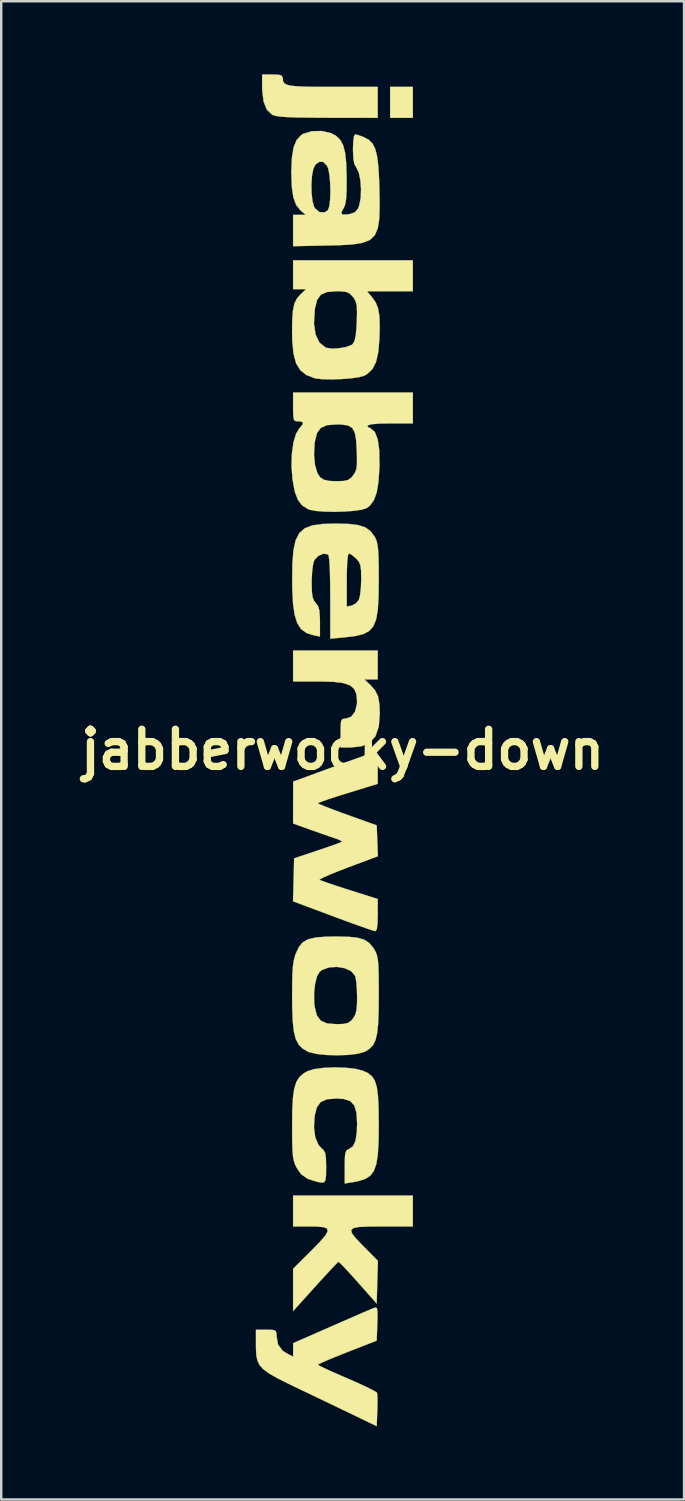
<source format=kicad_pcb>
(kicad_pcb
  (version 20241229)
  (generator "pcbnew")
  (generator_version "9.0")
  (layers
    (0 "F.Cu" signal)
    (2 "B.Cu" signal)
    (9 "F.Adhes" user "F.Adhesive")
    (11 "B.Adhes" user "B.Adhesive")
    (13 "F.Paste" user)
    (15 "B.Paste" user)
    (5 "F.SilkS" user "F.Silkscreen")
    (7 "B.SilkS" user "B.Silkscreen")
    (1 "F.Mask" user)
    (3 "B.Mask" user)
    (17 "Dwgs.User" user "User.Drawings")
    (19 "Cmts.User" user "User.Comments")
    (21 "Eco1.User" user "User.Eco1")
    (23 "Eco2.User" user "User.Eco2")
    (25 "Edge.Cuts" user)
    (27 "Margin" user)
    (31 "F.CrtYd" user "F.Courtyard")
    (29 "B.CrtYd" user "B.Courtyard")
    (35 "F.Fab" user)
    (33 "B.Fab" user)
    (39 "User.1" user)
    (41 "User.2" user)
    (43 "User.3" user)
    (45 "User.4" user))
  (footprint "jabberwocky-down"
    (layer "F.Cu")
    (at 11.002 27.691)
    (property "Reference" "jabberwocky-down" (at 0 0 0) (layer "F.SilkS") (effects (font (size 1.524 1.524) (thickness 0.3))))
    (attr through_hole)
    (fp_poly (pts (xy 2.879 -25.908) (xy 1.947 -25.908) (xy 1.947 -27.178) (xy 2.879 -27.178) (xy 2.879 -25.908)) (stroke (width 0.01) (type solid)) (fill yes) (layer "F.SilkS"))
    (fp_poly (pts (xy -2.622 -27.676) (xy -2.494 -27.636) (xy -2.456 -27.551) (xy -2.455 -27.534) (xy -2.446 -27.422) (xy -2.403 -27.337) (xy -2.308 -27.274) (xy -2.14 -27.23) (xy -1.881 -27.202) (xy -1.51 -27.186) (xy -1.008 -27.179) (xy -0.406 -27.178) (xy 1.439 -27.178) (xy 1.439 -25.908) (xy -0.614 -25.911) (xy -1.297 -25.915) (xy -1.831 -25.922) (xy -2.235 -25.936) (xy -2.527 -25.956) (xy -2.729 -25.984) (xy -2.859 -26.021) (xy -2.891 -26.036) (xy -3.107 -26.239) (xy -3.242 -26.571) (xy -3.299 -27.043) (xy -3.302 -27.191) (xy -3.302 -27.686) (xy -2.879 -27.686) (xy -2.622 -27.676)) (stroke (width 0.01) (type solid)) (fill yes) (layer "F.SilkS"))
    (fp_poly (pts (xy 1.439 -2.879) (xy 0.891 -2.879) (xy 1.128 -2.659) (xy 1.329 -2.434) (xy 1.451 -2.182) (xy 1.51 -1.856) (xy 1.524 -1.473) (xy 1.482 -0.944) (xy 1.349 -0.551) (xy 1.115 -0.285) (xy 0.771 -0.133) (xy 0.305 -0.085) (xy 0.299 -0.085) (xy -0.085 -0.085) (xy -0.085 -0.677) (xy -0.081 -0.987) (xy -0.063 -1.164) (xy -0.017 -1.246) (xy 0.07 -1.269) (xy 0.122 -1.27) (xy 0.348 -1.347) (xy 0.508 -1.557) (xy 0.586 -1.873) (xy 0.59 -1.987) (xy 0.563 -2.274) (xy 0.474 -2.486) (xy 0.303 -2.634) (xy 0.029 -2.727) (xy -0.369 -2.777) (xy -0.912 -2.794) (xy -1.01 -2.794) (xy -2.032 -2.794) (xy -2.032 -4.064) (xy 1.439 -4.064) (xy 1.439 -2.879)) (stroke (width 0.01) (type solid)) (fill yes) (layer "F.SilkS"))
    (fp_poly (pts (xy 2.879 19.558) (xy 1.609 19.558) (xy 1.066 19.561) (xy 0.682 19.578) (xy 0.447 19.622) (xy 0.35 19.704) (xy 0.382 19.837) (xy 0.531 20.032) (xy 0.789 20.303) (xy 0.892 20.408) (xy 1.446 20.966) (xy 1.421 21.843) (xy 1.397 22.72) (xy 0.635 21.86) (xy 0.354 21.546) (xy 0.113 21.285) (xy -0.066 21.098) (xy -0.161 21.01) (xy -0.169 21.006) (xy -0.237 21.068) (xy -0.398 21.234) (xy -0.632 21.484) (xy -0.919 21.797) (xy -1.122 22.021) (xy -2.032 23.03) (xy -2.032 21.29) (xy -1.312 20.574) (xy -0.955 20.21) (xy -0.723 19.945) (xy -0.616 19.763) (xy -0.635 19.648) (xy -0.779 19.586) (xy -1.048 19.562) (xy -1.312 19.558) (xy -2.032 19.558) (xy -2.032 18.288) (xy 2.879 18.288) (xy 2.879 19.558)) (stroke (width 0.01) (type solid)) (fill yes) (layer "F.SilkS"))
    (fp_poly (pts (xy 1.412 22.928) (xy 1.43 23.065) (xy 1.429 23.324) (xy 1.422 23.539) (xy 1.397 24.239) (xy 0.191 24.711) (xy -0.226 24.876) (xy -0.58 25.022) (xy -0.845 25.138) (xy -0.993 25.21) (xy -1.015 25.227) (xy -0.94 25.275) (xy -0.737 25.374) (xy -0.431 25.515) (xy -0.048 25.683) (xy 0.18 25.781) (xy 0.596 25.963) (xy 0.954 26.128) (xy 1.226 26.263) (xy 1.383 26.355) (xy 1.411 26.381) (xy 1.425 26.506) (xy 1.43 26.75) (xy 1.424 27.064) (xy 1.422 27.111) (xy 1.397 27.749) (xy 0.72 27.421) (xy 0.434 27.283) (xy 0.03 27.089) (xy -0.455 26.856) (xy -0.988 26.601) (xy -1.531 26.341) (xy -1.632 26.293) (xy -2.223 26.009) (xy -2.679 25.78) (xy -3.017 25.587) (xy -3.254 25.413) (xy -3.409 25.24) (xy -3.499 25.051) (xy -3.542 24.826) (xy -3.555 24.549) (xy -3.556 24.344) (xy -3.556 23.791) (xy -3.133 23.791) (xy -2.882 23.797) (xy -2.757 23.831) (xy -2.714 23.92) (xy -2.709 24.051) (xy -2.65 24.4) (xy -2.46 24.652) (xy -2.283 24.766) (xy -2.032 24.896) (xy -2.028 24.342) (xy -0.442 23.646) (xy 0.046 23.432) (xy 0.489 23.239) (xy 0.86 23.078) (xy 1.133 22.961) (xy 1.282 22.899) (xy 1.295 22.894) (xy 1.369 22.881) (xy 1.412 22.928)) (stroke (width 0.01) (type solid)) (fill yes) (layer "F.SilkS"))
    (fp_poly (pts (xy 1.384 0.123) (xy 1.42 0.244) (xy 1.437 0.49) (xy 1.439 0.738) (xy 1.439 1.404) (xy 0.212 1.781) (xy -0.213 1.915) (xy -0.574 2.033) (xy -0.844 2.127) (xy -0.993 2.187) (xy -1.015 2.201) (xy -0.939 2.243) (xy -0.732 2.33) (xy -0.419 2.451) (xy -0.03 2.595) (xy 0.191 2.675) (xy 1.397 3.107) (xy 1.446 4.374) (xy 0.22 4.833) (xy -0.196 4.993) (xy -0.544 5.135) (xy -0.798 5.248) (xy -0.933 5.322) (xy -0.947 5.341) (xy -0.85 5.383) (xy -0.621 5.465) (xy -0.291 5.576) (xy 0.109 5.706) (xy 0.275 5.759) (xy 1.439 6.127) (xy 1.439 6.789) (xy 1.43 7.151) (xy 1.401 7.364) (xy 1.348 7.444) (xy 1.333 7.446) (xy 1.225 7.416) (xy 0.984 7.335) (xy 0.635 7.213) (xy 0.204 7.057) (xy -0.283 6.877) (xy -0.404 6.832) (xy -2.035 6.223) (xy -2.012 5.341) (xy -1.99 4.46) (xy -1.025 4.137) (xy -0.648 4.009) (xy -0.334 3.899) (xy -0.116 3.818) (xy -0.025 3.778) (xy -0.025 3.778) (xy -0.073 3.733) (xy -0.237 3.663) (xy -0.312 3.638) (xy -0.545 3.559) (xy -0.875 3.445) (xy -1.24 3.316) (xy -1.333 3.283) (xy -2.032 3.032) (xy -2.03 1.312) (xy -0.411 0.72) (xy 0.086 0.538) (xy 0.533 0.377) (xy 0.904 0.244) (xy 1.172 0.15) (xy 1.313 0.103) (xy 1.324 0.1) (xy 1.384 0.123)) (stroke (width 0.01) (type solid)) (fill yes) (layer "F.SilkS"))
    (fp_poly (pts (xy 2.879 -18.796) (xy 1.001 -18.796) (xy 1.217 -18.54) (xy 1.358 -18.335) (xy 1.452 -18.098) (xy 1.505 -17.793) (xy 1.522 -17.387) (xy 1.51 -16.866) (xy 1.464 -16.311) (xy 1.37 -15.896) (xy 1.219 -15.599) (xy 1 -15.395) (xy 0.889 -15.333) (xy 0.678 -15.273) (xy 0.35 -15.226) (xy -0.043 -15.195) (xy -0.451 -15.181) (xy -0.82 -15.188) (xy -1.099 -15.219) (xy -1.143 -15.229) (xy -1.482 -15.357) (xy -1.734 -15.555) (xy -1.909 -15.841) (xy -2.016 -16.239) (xy -2.067 -16.767) (xy -2.074 -17.145) (xy -2.069 -17.48) (xy -1.176 -17.48) (xy -1.111 -17.025) (xy -0.95 -16.691) (xy -0.697 -16.489) (xy -0.677 -16.481) (xy -0.461 -16.445) (xy -0.172 -16.456) (xy 0.12 -16.506) (xy 0.345 -16.584) (xy 0.408 -16.628) (xy 0.484 -16.75) (xy 0.534 -16.96) (xy 0.566 -17.288) (xy 0.579 -17.55) (xy 0.589 -17.93) (xy 0.58 -18.185) (xy 0.545 -18.357) (xy 0.479 -18.489) (xy 0.425 -18.563) (xy 0.3 -18.696) (xy 0.158 -18.766) (xy -0.059 -18.793) (xy -0.26 -18.796) (xy -0.642 -18.765) (xy -0.894 -18.655) (xy -1.048 -18.438) (xy -1.135 -18.087) (xy -1.142 -18.043) (xy -1.176 -17.48) (xy -2.069 -17.48) (xy -2.066 -17.65) (xy -2.037 -18.02) (xy -1.979 -18.288) (xy -1.884 -18.487) (xy -1.745 -18.653) (xy -1.72 -18.676) (xy -1.499 -18.881) (xy -2.032 -18.881) (xy -2.032 -20.066) (xy 2.879 -20.066) (xy 2.879 -18.796)) (stroke (width 0.01) (type solid)) (fill yes) (layer "F.SilkS"))
    (fp_poly (pts (xy 0.119 13.046) (xy 0.527 13.092) (xy 0.836 13.171) (xy 0.838 13.172) (xy 1.046 13.272) (xy 1.205 13.4) (xy 1.32 13.577) (xy 1.399 13.828) (xy 1.447 14.174) (xy 1.473 14.638) (xy 1.481 15.243) (xy 1.482 15.409) (xy 1.474 16.08) (xy 1.443 16.602) (xy 1.382 16.996) (xy 1.28 17.282) (xy 1.128 17.482) (xy 0.918 17.614) (xy 0.64 17.7) (xy 0.445 17.737) (xy 0.085 17.795) (xy 0.085 17.116) (xy 0.089 16.774) (xy 0.107 16.565) (xy 0.149 16.451) (xy 0.222 16.395) (xy 0.259 16.381) (xy 0.421 16.27) (xy 0.527 16.044) (xy 0.581 15.686) (xy 0.593 15.331) (xy 0.567 14.892) (xy 0.478 14.594) (xy 0.306 14.413) (xy 0.031 14.326) (xy -0.26 14.309) (xy -0.646 14.342) (xy -0.903 14.456) (xy -1.06 14.677) (xy -1.147 15.022) (xy -1.176 15.492) (xy -1.123 15.899) (xy -0.994 16.207) (xy -0.884 16.329) (xy -0.778 16.43) (xy -0.715 16.552) (xy -0.686 16.742) (xy -0.678 17.046) (xy -0.677 17.136) (xy -0.681 17.469) (xy -0.705 17.663) (xy -0.769 17.749) (xy -0.892 17.756) (xy -1.058 17.723) (xy -1.442 17.6) (xy -1.707 17.411) (xy -1.886 17.154) (xy -1.955 17.01) (xy -2.004 16.858) (xy -2.038 16.668) (xy -2.058 16.41) (xy -2.068 16.052) (xy -2.072 15.564) (xy -2.072 15.409) (xy -2.065 14.77) (xy -2.038 14.275) (xy -1.985 13.903) (xy -1.898 13.628) (xy -1.77 13.427) (xy -1.596 13.276) (xy -1.439 13.187) (xy -1.167 13.104) (xy -0.781 13.052) (xy -0.335 13.033) (xy 0.119 13.046)) (stroke (width 0.01) (type solid)) (fill yes) (layer "F.SilkS"))
    (fp_poly (pts (xy 2.879 -13.377) (xy 1.947 -13.377) (xy 1.482 -13.368) (xy 1.173 -13.34) (xy 1.023 -13.293) (xy 1.037 -13.23) (xy 1.147 -13.176) (xy 1.321 -13.025) (xy 1.439 -12.725) (xy 1.502 -12.272) (xy 1.511 -11.663) (xy 1.508 -11.56) (xy 1.47 -10.982) (xy 1.398 -10.546) (xy 1.283 -10.229) (xy 1.119 -10.006) (xy 0.995 -9.908) (xy 0.805 -9.842) (xy 0.491 -9.794) (xy 0.098 -9.763) (xy -0.329 -9.751) (xy -0.744 -9.759) (xy -1.104 -9.787) (xy -1.363 -9.837) (xy -1.412 -9.856) (xy -1.659 -10.012) (xy -1.837 -10.243) (xy -1.963 -10.578) (xy -2.051 -11.048) (xy -2.057 -11.092) (xy -2.098 -11.62) (xy -2.084 -12.098) (xy -1.173 -12.098) (xy -1.134 -11.676) (xy -1.037 -11.342) (xy -0.925 -11.17) (xy -0.773 -11.068) (xy -0.546 -11.018) (xy -0.26 -11.007) (xy 0.034 -11.016) (xy 0.217 -11.056) (xy 0.345 -11.147) (xy 0.425 -11.239) (xy 0.512 -11.369) (xy 0.564 -11.513) (xy 0.586 -11.715) (xy 0.586 -12.018) (xy 0.579 -12.252) (xy 0.552 -12.699) (xy 0.496 -13.004) (xy 0.391 -13.193) (xy 0.215 -13.293) (xy -0.05 -13.331) (xy -0.248 -13.335) (xy -0.636 -13.305) (xy -0.894 -13.196) (xy -1.051 -12.983) (xy -1.137 -12.64) (xy -1.148 -12.565) (xy -1.173 -12.098) (xy -2.084 -12.098) (xy -2.083 -12.131) (xy -2.02 -12.586) (xy -1.912 -12.948) (xy -1.785 -13.159) (xy -1.641 -13.335) (xy -1.633 -13.428) (xy -1.764 -13.461) (xy -1.82 -13.462) (xy -1.931 -13.471) (xy -1.994 -13.521) (xy -2.023 -13.651) (xy -2.032 -13.897) (xy -2.032 -14.055) (xy -2.032 -14.647) (xy 2.879 -14.647) (xy 2.879 -13.377)) (stroke (width 0.01) (type solid)) (fill yes) (layer "F.SilkS"))
    (fp_poly (pts (xy 0.224 7.675) (xy 0.607 7.715) (xy 0.886 7.797) (xy 1.091 7.93) (xy 1.254 8.126) (xy 1.308 8.213) (xy 1.37 8.331) (xy 1.415 8.464) (xy 1.446 8.637) (xy 1.466 8.879) (xy 1.477 9.216) (xy 1.481 9.677) (xy 1.482 10.075) (xy 1.476 10.731) (xy 1.457 11.24) (xy 1.417 11.625) (xy 1.351 11.908) (xy 1.254 12.112) (xy 1.12 12.259) (xy 0.942 12.372) (xy 0.891 12.397) (xy 0.622 12.474) (xy 0.24 12.521) (xy -0.203 12.538) (xy -0.653 12.526) (xy -1.059 12.483) (xy -1.368 12.412) (xy -1.439 12.382) (xy -1.649 12.255) (xy -1.808 12.093) (xy -1.922 11.873) (xy -1.999 11.572) (xy -2.045 11.166) (xy -2.067 10.631) (xy -2.072 10.16) (xy -2.071 9.977) (xy -1.171 9.977) (xy -1.166 10.371) (xy -1.147 10.547) (xy -1.058 10.896) (xy -0.9 11.115) (xy -0.642 11.229) (xy -0.26 11.261) (xy 0.035 11.251) (xy 0.219 11.21) (xy 0.347 11.12) (xy 0.417 11.038) (xy 0.511 10.885) (xy 0.565 10.694) (xy 0.589 10.414) (xy 0.593 10.154) (xy 0.583 9.807) (xy 0.556 9.503) (xy 0.519 9.3) (xy 0.513 9.285) (xy 0.358 9.094) (xy 0.094 8.968) (xy -0.227 8.912) (xy -0.556 8.933) (xy -0.843 9.038) (xy -0.937 9.107) (xy -1.049 9.295) (xy -1.129 9.602) (xy -1.171 9.977) (xy -2.071 9.977) (xy -2.07 9.607) (xy -2.059 9.191) (xy -2.038 8.88) (xy -2.003 8.644) (xy -1.951 8.449) (xy -1.918 8.359) (xy -1.794 8.094) (xy -1.638 7.905) (xy -1.421 7.781) (xy -1.114 7.707) (xy -0.689 7.673) (xy -0.296 7.666) (xy 0.224 7.675)) (stroke (width 0.01) (type solid)) (fill yes) (layer "F.SilkS"))
    (fp_poly (pts (xy 0.241 -9.256) (xy 0.64 -9.207) (xy 0.931 -9.112) (xy 1.143 -8.96) (xy 1.307 -8.742) (xy 1.332 -8.698) (xy 1.388 -8.573) (xy 1.428 -8.414) (xy 1.455 -8.195) (xy 1.472 -7.887) (xy 1.48 -7.462) (xy 1.482 -6.943) (xy 1.474 -6.27) (xy 1.443 -5.746) (xy 1.377 -5.35) (xy 1.264 -5.064) (xy 1.092 -4.866) (xy 0.85 -4.737) (xy 0.524 -4.656) (xy 0.104 -4.605) (xy 0.091 -4.603) (xy -0.508 -4.548) (xy -0.508 -6.248) (xy -0.513 -6.906) (xy -0.514 -6.954) (xy 0.169 -6.954) (xy 0.169 -5.865) (xy 0.371 -5.904) (xy 0.558 -6.007) (xy 0.667 -6.15) (xy 0.714 -6.336) (xy 0.748 -6.63) (xy 0.762 -6.971) (xy 0.762 -6.993) (xy 0.756 -7.332) (xy 0.728 -7.551) (xy 0.668 -7.7) (xy 0.562 -7.828) (xy 0.554 -7.836) (xy 0.39 -7.976) (xy 0.266 -8.043) (xy 0.258 -8.043) (xy 0.217 -7.96) (xy 0.189 -7.717) (xy 0.173 -7.322) (xy 0.169 -6.954) (xy -0.514 -6.954) (xy -0.526 -7.415) (xy -0.548 -7.771) (xy -0.578 -7.967) (xy -0.597 -8.004) (xy -0.786 -8.033) (xy -0.994 -7.947) (xy -1.154 -7.777) (xy -1.171 -7.745) (xy -1.219 -7.557) (xy -1.254 -7.258) (xy -1.27 -6.91) (xy -1.27 -6.854) (xy -1.263 -6.495) (xy -1.235 -6.262) (xy -1.179 -6.11) (xy -1.101 -6.011) (xy -1.007 -5.884) (xy -0.955 -5.706) (xy -0.934 -5.431) (xy -0.931 -5.239) (xy -0.931 -4.636) (xy -1.202 -4.69) (xy -1.483 -4.779) (xy -1.699 -4.935) (xy -1.858 -5.175) (xy -1.968 -5.518) (xy -2.035 -5.982) (xy -2.066 -6.587) (xy -2.07 -6.943) (xy -2.061 -7.634) (xy -2.018 -8.175) (xy -1.929 -8.583) (xy -1.779 -8.878) (xy -1.555 -9.075) (xy -1.243 -9.195) (xy -0.829 -9.253) (xy -0.301 -9.269) (xy -0.296 -9.269) (xy 0.241 -9.256)) (stroke (width 0.01) (type solid)) (fill yes) (layer "F.SilkS"))
    (fp_poly (pts (xy -0.475 -25.282) (xy -0.269 -25.171) (xy -0.101 -25.008) (xy 0.02 -24.789) (xy 0.099 -24.486) (xy 0.145 -24.073) (xy 0.164 -23.524) (xy 0.165 -23.408) (xy 0.162 -22.94) (xy 0.146 -22.611) (xy 0.113 -22.388) (xy 0.061 -22.241) (xy 0.034 -22.196) (xy -0.057 -22.027) (xy -0.017 -21.947) (xy 0.163 -21.944) (xy 0.287 -21.964) (xy 0.502 -22.034) (xy 0.626 -22.18) (xy 0.681 -22.321) (xy 0.739 -22.617) (xy 0.754 -22.974) (xy 0.728 -23.336) (xy 0.667 -23.646) (xy 0.575 -23.849) (xy 0.568 -23.857) (xy 0.483 -24.005) (xy 0.438 -24.24) (xy 0.423 -24.603) (xy 0.423 -24.623) (xy 0.435 -24.945) (xy 0.466 -25.158) (xy 0.511 -25.231) (xy 0.642 -25.2) (xy 0.849 -25.126) (xy 0.877 -25.114) (xy 1.075 -25.006) (xy 1.227 -24.852) (xy 1.338 -24.632) (xy 1.416 -24.322) (xy 1.467 -23.899) (xy 1.498 -23.342) (xy 1.509 -22.983) (xy 1.519 -22.306) (xy 1.503 -21.778) (xy 1.443 -21.381) (xy 1.32 -21.095) (xy 1.119 -20.902) (xy 0.82 -20.782) (xy 0.407 -20.716) (xy -0.139 -20.684) (xy -0.61 -20.673) (xy -2.032 -20.644) (xy -2.032 -21.929) (xy -1.515 -21.929) (xy -1.739 -22.122) (xy -1.907 -22.335) (xy -2.022 -22.649) (xy -2.086 -23.084) (xy -2.09 -23.197) (xy -1.28 -23.197) (xy -1.274 -22.833) (xy -1.238 -22.503) (xy -1.17 -22.258) (xy -1.138 -22.202) (xy -0.952 -22.043) (xy -0.744 -22.031) (xy -0.61 -22.115) (xy -0.551 -22.261) (xy -0.516 -22.527) (xy -0.503 -22.864) (xy -0.511 -23.224) (xy -0.541 -23.559) (xy -0.59 -23.822) (xy -0.64 -23.942) (xy -0.797 -24.101) (xy -0.958 -24.102) (xy -1.115 -23.99) (xy -1.199 -23.825) (xy -1.255 -23.544) (xy -1.28 -23.197) (xy -2.09 -23.197) (xy -2.106 -23.663) (xy -2.106 -23.707) (xy -2.082 -24.272) (xy -2.013 -24.693) (xy -1.891 -24.994) (xy -1.709 -25.194) (xy -1.609 -25.257) (xy -1.256 -25.362) (xy -0.854 -25.369) (xy -0.475 -25.282)) (stroke (width 0.01) (type solid)) (fill yes) (layer "F.SilkS")))
  (gr_rect
    (start -3 -3)
    (end 25.004 58.445)
    (stroke (width 0.1) (type default))
    (fill no)
    (layer "Edge.Cuts")))
</source>
